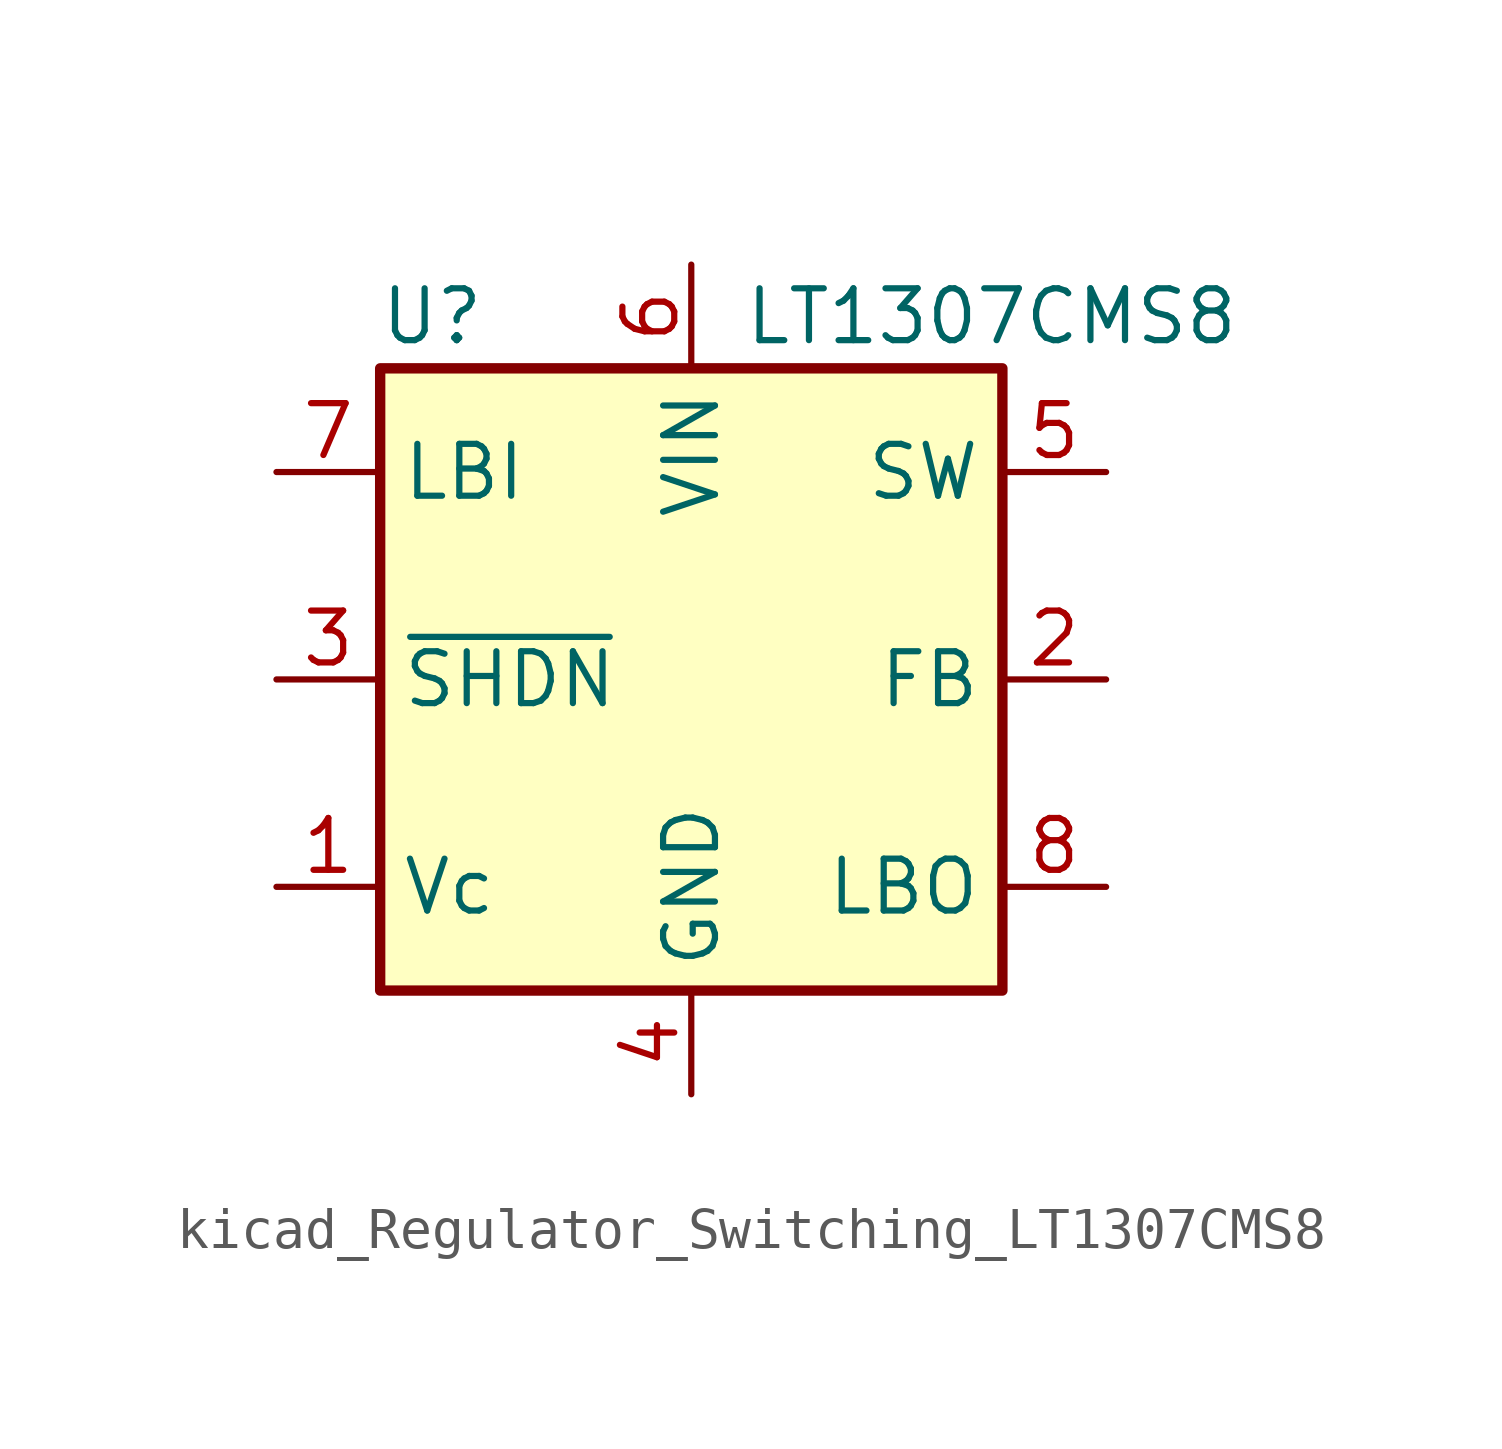
<source format=kicad_sym>
(kicad_symbol_lib
  (version 20220914)
  (generator kicad_symbol_editor)
  (symbol "kicad_Regulator_Switching_LT1307CMS8"
    (property "Reference" "U"
      (at -6.35 8.89 0)
      (effects (font (size 1.27 1.27))))
    (property "Value" "LT1307CMS8"
      (at 1.27 8.89 0)
      (effects (font (size 1.27 1.27)) (justify left)))
    (symbol "kicad_Regulator_Switching_LT1307CMS8_0_1"
      (rectangle (start -7.62 -7.62) (end 7.62 7.62) (stroke (width 0.254) (type default)) (fill (type background))))
    (symbol "kicad_Regulator_Switching_LT1307CMS8_1_1"
      (pin input line (at -10.16 -5.08 0) (length 2.54) (name "Vc" (effects (font (size 1.27 1.27)))) (number "1" (effects (font (size 1.27 1.27)))))
      (pin input line (at 10.16 0 180) (length 2.54) (name "FB" (effects (font (size 1.27 1.27)))) (number "2" (effects (font (size 1.27 1.27)))))
      (pin input line (at -10.16 0 0) (length 2.54) (name "~{SHDN}" (effects (font (size 1.27 1.27)))) (number "3" (effects (font (size 1.27 1.27)))))
      (pin power_in line (at 0 -10.16 90) (length 2.54) (name "GND" (effects (font (size 1.27 1.27)))) (number "4" (effects (font (size 1.27 1.27)))))
      (pin open_collector line (at 10.16 5.08 180) (length 2.54) (name "SW" (effects (font (size 1.27 1.27)))) (number "5" (effects (font (size 1.27 1.27)))))
      (pin power_in line (at 0 10.16 270) (length 2.54) (name "VIN" (effects (font (size 1.27 1.27)))) (number "6" (effects (font (size 1.27 1.27)))))
      (pin input line (at -10.16 5.08 0) (length 2.54) (name "LBI" (effects (font (size 1.27 1.27)))) (number "7" (effects (font (size 1.27 1.27)))))
      (pin output line (at 10.16 -5.08 180) (length 2.54) (name "LBO" (effects (font (size 1.27 1.27)))) (number "8" (effects (font (size 1.27 1.27))))))))
</source>
